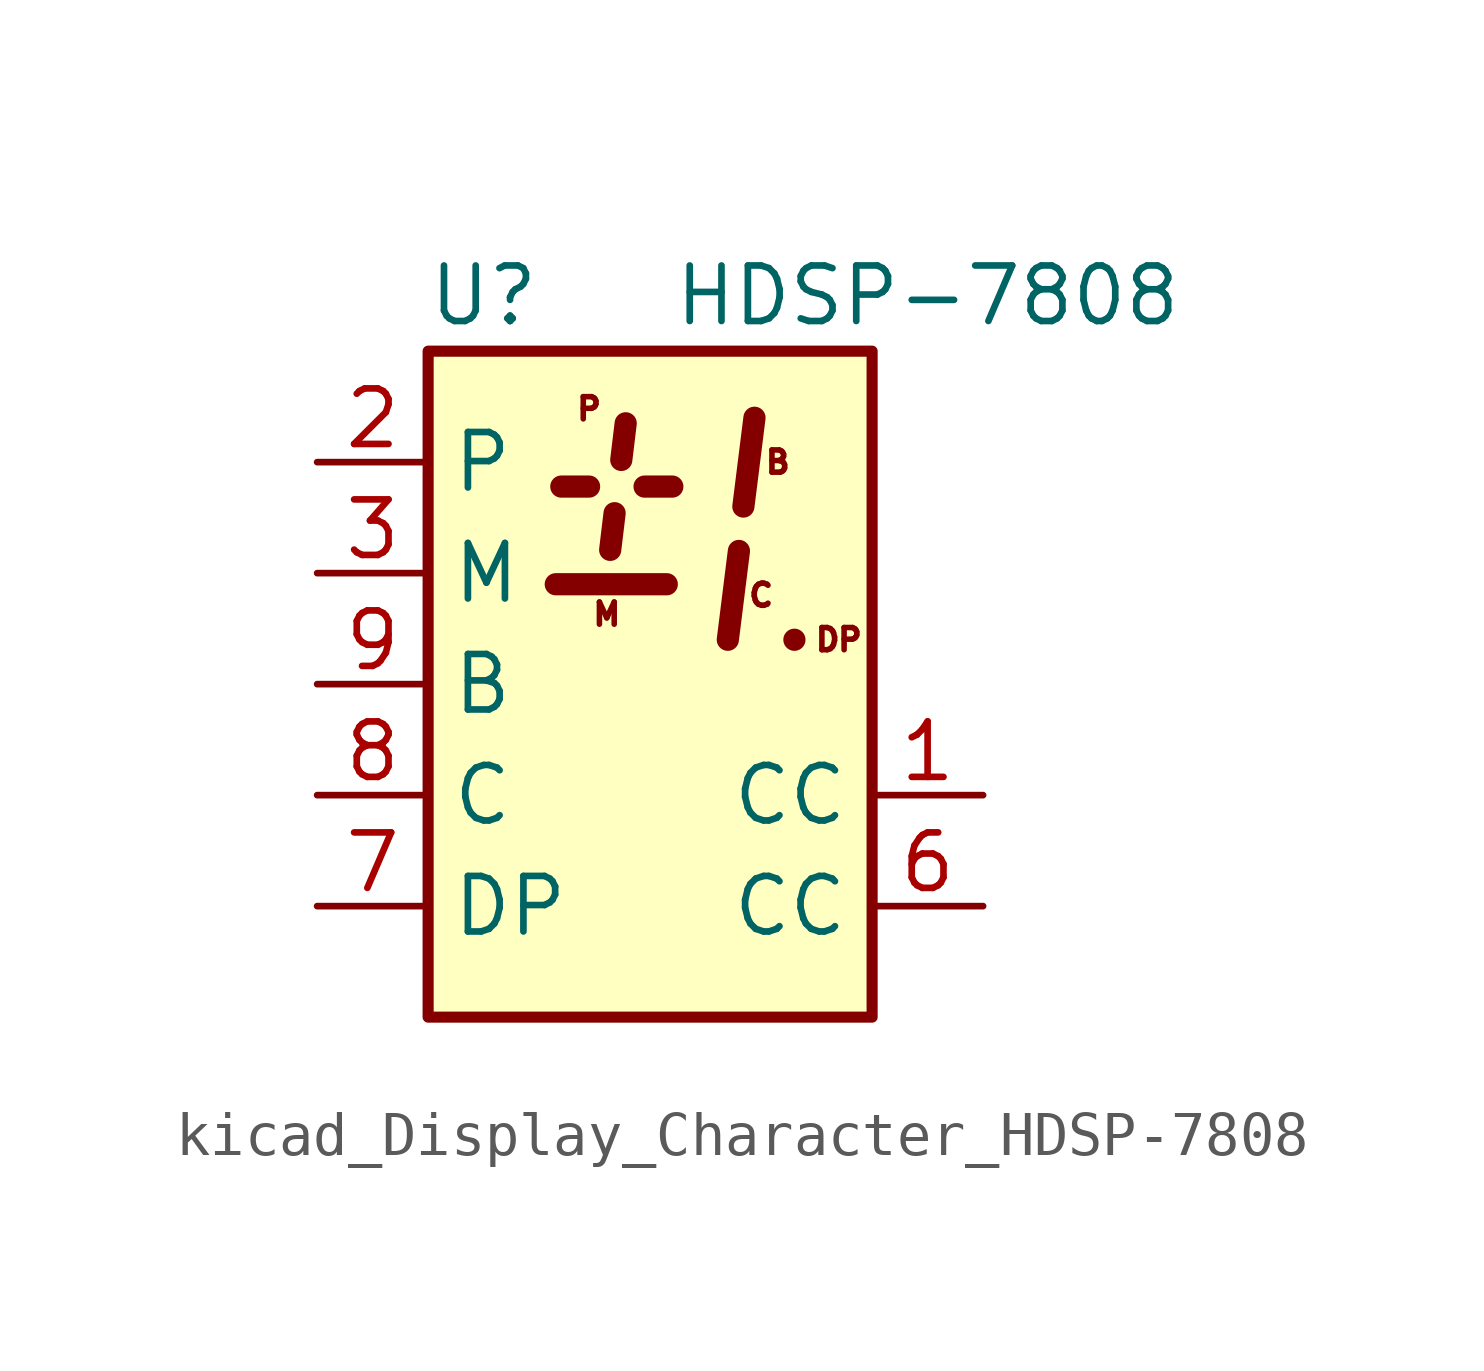
<source format=kicad_sym>
(kicad_symbol_lib
  (version 20220914)
  (generator kicad_symbol_editor)
  (symbol "kicad_Display_Character_HDSP-7808"
    (property "Reference" "U"
      (at -3.81 8.89 0)
      (effects (font (size 1.27 1.27))))
    (property "Value" "HDSP-7808"
      (at 6.35 8.89 0)
      (effects (font (size 1.27 1.27))))
    (symbol "kicad_Display_Character_HDSP-7808_0_1"
      (polyline (pts (xy -2.159 2.286) (xy 0.381 2.286)) (stroke (width 0.508) (type default)) (fill (type none))))
    (symbol "kicad_Display_Character_HDSP-7808_1_0"
      (text "B" (at 2.921 5.08 0) (effects (font (size 0.508 0.508))))
      (text "C" (at 2.54 2.032 0) (effects (font (size 0.508 0.508))))
      (text "DP" (at 4.318 1.016 0) (effects (font (size 0.508 0.508))))
      (text "M" (at -0.991 1.6 0) (effects (font (size 0.508 0.508))))
      (text "P" (at -1.397 6.299 0) (effects (font (size 0.508 0.508)))))
    (symbol "kicad_Display_Character_HDSP-7808_1_1"
      (rectangle (start -5.08 7.62) (end 5.08 -7.62) (stroke (width 0.254) (type default)) (fill (type background)))
      (polyline (pts (xy -2.032 4.521) (xy -1.397 4.521)) (stroke (width 0.508) (type default)) (fill (type none)))
      (polyline (pts (xy -0.914 3.073) (xy -0.813 3.912)) (stroke (width 0.508) (type default)) (fill (type none)))
      (polyline (pts (xy -0.559 5.969) (xy -0.66 5.131)) (stroke (width 0.508) (type default)) (fill (type none)))
      (polyline (pts (xy -0.127 4.521) (xy 0.508 4.521)) (stroke (width 0.508) (type default)) (fill (type none)))
      (polyline (pts (xy 2.032 3.048) (xy 1.778 1.016)) (stroke (width 0.508) (type default)) (fill (type none)))
      (polyline (pts (xy 2.388 6.096) (xy 2.134 4.064)) (stroke (width 0.508) (type default)) (fill (type none)))
      (polyline (pts (xy 3.302 1.016) (xy 3.302 1.016)) (stroke (width 0.508) (type default)) (fill (type none)))
      (pin input line (at 7.62 -2.54 180) (length 2.54) (name "CC" (effects (font (size 1.27 1.27)))) (number "1" (effects (font (size 1.27 1.27)))))
      (pin no_connect line (at 0 -7.62 90) (length 2.54) hide (name "NC" (effects (font (size 1.27 1.27)))) (number "10" (effects (font (size 1.27 1.27)))))
      (pin input line (at -7.62 5.08 0) (length 2.54) (name "P" (effects (font (size 1.27 1.27)))) (number "2" (effects (font (size 1.27 1.27)))))
      (pin input line (at -7.62 2.54 0) (length 2.54) (name "M" (effects (font (size 1.27 1.27)))) (number "3" (effects (font (size 1.27 1.27)))))
      (pin no_connect line (at 5.08 5.08 180) (length 2.54) hide (name "NC" (effects (font (size 1.27 1.27)))) (number "4" (effects (font (size 1.27 1.27)))))
      (pin no_connect line (at 5.08 2.54 180) (length 2.54) hide (name "NC" (effects (font (size 1.27 1.27)))) (number "5" (effects (font (size 1.27 1.27)))))
      (pin input line (at 7.62 -5.08 180) (length 2.54) (name "CC" (effects (font (size 1.27 1.27)))) (number "6" (effects (font (size 1.27 1.27)))))
      (pin input line (at -7.62 -5.08 0) (length 2.54) (name "DP" (effects (font (size 1.27 1.27)))) (number "7" (effects (font (size 1.27 1.27)))))
      (pin input line (at -7.62 -2.54 0) (length 2.54) (name "C" (effects (font (size 1.27 1.27)))) (number "8" (effects (font (size 1.27 1.27)))))
      (pin input line (at -7.62 0 0) (length 2.54) (name "B" (effects (font (size 1.27 1.27)))) (number "9" (effects (font (size 1.27 1.27))))))))
</source>
